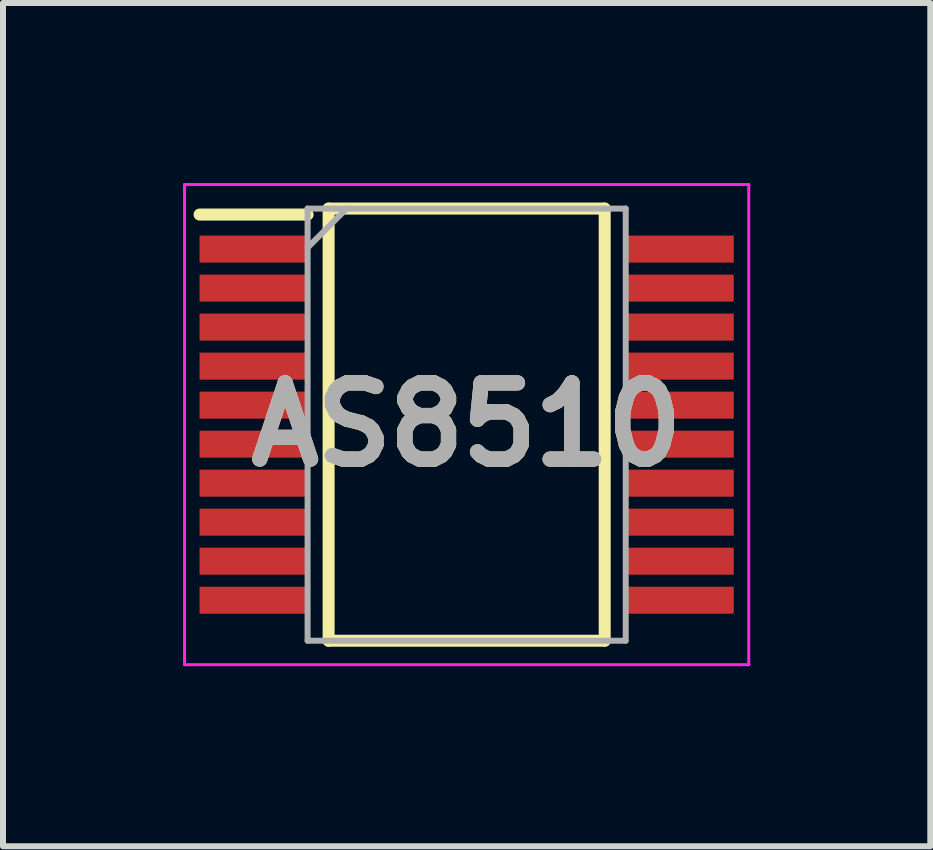
<source format=kicad_pcb>
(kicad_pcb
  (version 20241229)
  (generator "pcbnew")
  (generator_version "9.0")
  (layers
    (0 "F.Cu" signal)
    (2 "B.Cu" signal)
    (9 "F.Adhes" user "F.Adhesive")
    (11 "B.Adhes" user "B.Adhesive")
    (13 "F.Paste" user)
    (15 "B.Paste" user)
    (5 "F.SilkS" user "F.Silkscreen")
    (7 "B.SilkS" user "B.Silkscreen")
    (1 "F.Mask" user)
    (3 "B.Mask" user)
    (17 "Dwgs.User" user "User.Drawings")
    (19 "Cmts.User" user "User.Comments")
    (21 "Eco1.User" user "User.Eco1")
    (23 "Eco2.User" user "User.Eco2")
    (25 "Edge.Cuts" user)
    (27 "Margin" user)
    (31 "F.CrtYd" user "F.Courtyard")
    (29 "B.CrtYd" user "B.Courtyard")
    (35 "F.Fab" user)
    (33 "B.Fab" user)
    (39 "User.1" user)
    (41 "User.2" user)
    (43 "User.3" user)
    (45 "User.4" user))
  (footprint "AS8510"
    (layer "F.Cu")
    (at 4.725 4.025)
    (property "Reference" "AS8510" (at 0 0 0) (layer "F.SilkS") (effects (font (size 1.27 1.27) (thickness 0.254))))
    (attr smd)
    (fp_line (start -4.45 -3.5) (end -2.65 -3.5) (stroke (width 0.2) (type solid)) (layer "F.SilkS"))
    (fp_line (start -2.3 -3.6) (end 2.3 -3.6) (stroke (width 0.2) (type solid)) (layer "F.SilkS"))
    (fp_line (start -2.3 3.6) (end -2.3 -3.6) (stroke (width 0.2) (type solid)) (layer "F.SilkS"))
    (fp_line (start 2.3 -3.6) (end 2.3 3.6) (stroke (width 0.2) (type solid)) (layer "F.SilkS"))
    (fp_line (start 2.3 3.6) (end -2.3 3.6) (stroke (width 0.2) (type solid)) (layer "F.SilkS"))
    (fp_line (start -4.7 -4) (end 4.7 -4) (stroke (width 0.05) (type solid)) (layer "F.CrtYd"))
    (fp_line (start -4.7 4) (end -4.7 -4) (stroke (width 0.05) (type solid)) (layer "F.CrtYd"))
    (fp_line (start 4.7 -4) (end 4.7 4) (stroke (width 0.05) (type solid)) (layer "F.CrtYd"))
    (fp_line (start 4.7 4) (end -4.7 4) (stroke (width 0.05) (type solid)) (layer "F.CrtYd"))
    (fp_line (start -2.65 -3.6) (end 2.65 -3.6) (stroke (width 0.1) (type solid)) (layer "F.Fab"))
    (fp_line (start -2.65 -2.95) (end -2 -3.6) (stroke (width 0.1) (type solid)) (layer "F.Fab"))
    (fp_line (start -2.65 3.6) (end -2.65 -3.6) (stroke (width 0.1) (type solid)) (layer "F.Fab"))
    (fp_line (start 2.65 -3.6) (end 2.65 3.6) (stroke (width 0.1) (type solid)) (layer "F.Fab"))
    (fp_line (start 2.65 3.6) (end -2.65 3.6) (stroke (width 0.1) (type solid)) (layer "F.Fab"))
    (fp_text user "${REFERENCE}" (at 0 0 0) (layer "F.Fab") (effects (font (size 1.27 1.27) (thickness 0.254))))
    (pad "1" smd rect (at -3.55 -2.925 90) (size 0.45 1.8) (layers "F.Cu" "F.Mask" "F.Paste"))
    (pad "2" smd rect (at -3.55 -2.275 90) (size 0.45 1.8) (layers "F.Cu" "F.Mask" "F.Paste"))
    (pad "3" smd rect (at -3.55 -1.625 90) (size 0.45 1.8) (layers "F.Cu" "F.Mask" "F.Paste"))
    (pad "4" smd rect (at -3.55 -0.975 90) (size 0.45 1.8) (layers "F.Cu" "F.Mask" "F.Paste"))
    (pad "5" smd rect (at -3.55 -0.325 90) (size 0.45 1.8) (layers "F.Cu" "F.Mask" "F.Paste"))
    (pad "6" smd rect (at -3.55 0.325 90) (size 0.45 1.8) (layers "F.Cu" "F.Mask" "F.Paste"))
    (pad "7" smd rect (at -3.55 0.975 90) (size 0.45 1.8) (layers "F.Cu" "F.Mask" "F.Paste"))
    (pad "8" smd rect (at -3.55 1.625 90) (size 0.45 1.8) (layers "F.Cu" "F.Mask" "F.Paste"))
    (pad "9" smd rect (at -3.55 2.275 90) (size 0.45 1.8) (layers "F.Cu" "F.Mask" "F.Paste"))
    (pad "10" smd rect (at -3.55 2.925 90) (size 0.45 1.8) (layers "F.Cu" "F.Mask" "F.Paste"))
    (pad "11" smd rect (at 3.55 2.925 90) (size 0.45 1.8) (layers "F.Cu" "F.Mask" "F.Paste"))
    (pad "12" smd rect (at 3.55 2.275 90) (size 0.45 1.8) (layers "F.Cu" "F.Mask" "F.Paste"))
    (pad "13" smd rect (at 3.55 1.625 90) (size 0.45 1.8) (layers "F.Cu" "F.Mask" "F.Paste"))
    (pad "14" smd rect (at 3.55 0.975 90) (size 0.45 1.8) (layers "F.Cu" "F.Mask" "F.Paste"))
    (pad "15" smd rect (at 3.55 0.325 90) (size 0.45 1.8) (layers "F.Cu" "F.Mask" "F.Paste"))
    (pad "16" smd rect (at 3.55 -0.325 90) (size 0.45 1.8) (layers "F.Cu" "F.Mask" "F.Paste"))
    (pad "17" smd rect (at 3.55 -0.975 90) (size 0.45 1.8) (layers "F.Cu" "F.Mask" "F.Paste"))
    (pad "18" smd rect (at 3.55 -1.625 90) (size 0.45 1.8) (layers "F.Cu" "F.Mask" "F.Paste"))
    (pad "19" smd rect (at 3.55 -2.275 90) (size 0.45 1.8) (layers "F.Cu" "F.Mask" "F.Paste"))
    (pad "20" smd rect (at 3.55 -2.925 90) (size 0.45 1.8) (layers "F.Cu" "F.Mask" "F.Paste")))
  (gr_rect
    (start -3 -3)
    (end 12.45 11.05)
    (stroke (width 0.1) (type default))
    (fill no)
    (layer "Edge.Cuts")))
</source>
